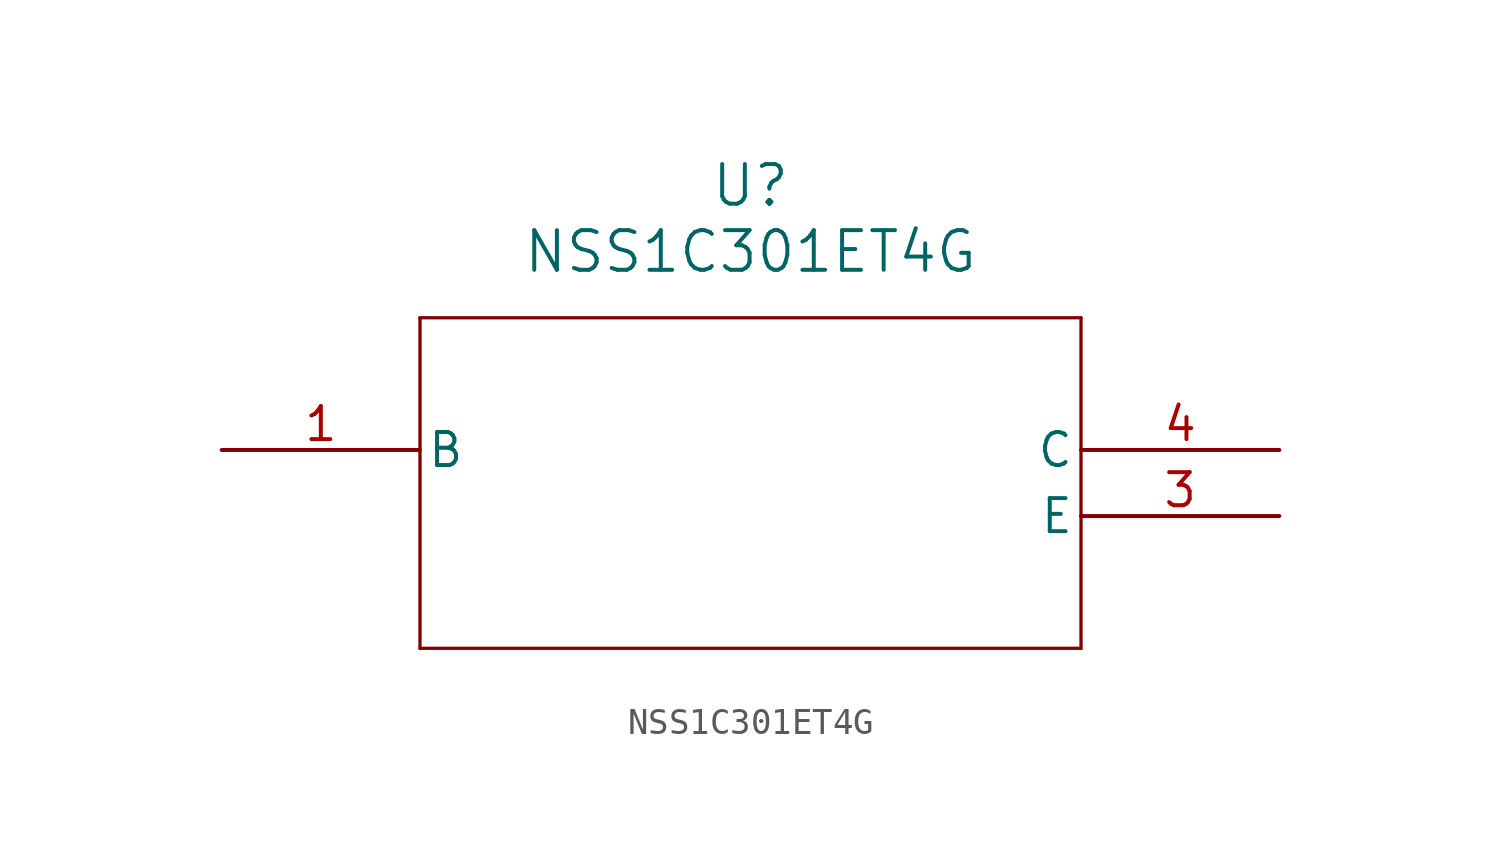
<source format=kicad_sym>
(kicad_symbol_lib
  (version 20211014)
  (generator kicad_symbol_editor)
  (symbol "NSS1C301ET4G"
    (pin_names
      (offset 0.254))
    (property "Reference" "U"
      (at 20.32 10.16 0)
      (effects (font (size 1.524 1.524))))
    (property "Value" "NSS1C301ET4G"
      (at 20.32 7.62 0)
      (effects (font (size 1.524 1.524))))
    (polyline
      (pts (xy 7.62 5.08) (xy 7.62 -7.62))
      (stroke (width 0.127) (type default) (color 0 0 0 0))
      (fill (type none)))
    (polyline
      (pts (xy 7.62 -7.62) (xy 33.02 -7.62))
      (stroke (width 0.127) (type default) (color 0 0 0 0))
      (fill (type none)))
    (polyline
      (pts (xy 33.02 -7.62) (xy 33.02 5.08))
      (stroke (width 0.127) (type default) (color 0 0 0 0))
      (fill (type none)))
    (polyline
      (pts (xy 33.02 5.08) (xy 7.62 5.08))
      (stroke (width 0.127) (type default) (color 0 0 0 0))
      (fill (type none)))
    (pin unspecified line
      (at 0 0 0)
      (length 7.62)
      (name "B" (effects (font (size 1.27 1.27))))
      (number "1" (effects (font (size 1.27 1.27)))))
    (pin unspecified line
      (at 40.64 -2.54 180)
      (length 7.62)
      (name "E" (effects (font (size 1.27 1.27))))
      (number "3" (effects (font (size 1.27 1.27)))))
    (pin unspecified line
      (at 40.64 0 180)
      (length 7.62)
      (name "C" (effects (font (size 1.27 1.27))))
      (number "4" (effects (font (size 1.27 1.27)))))))
</source>
